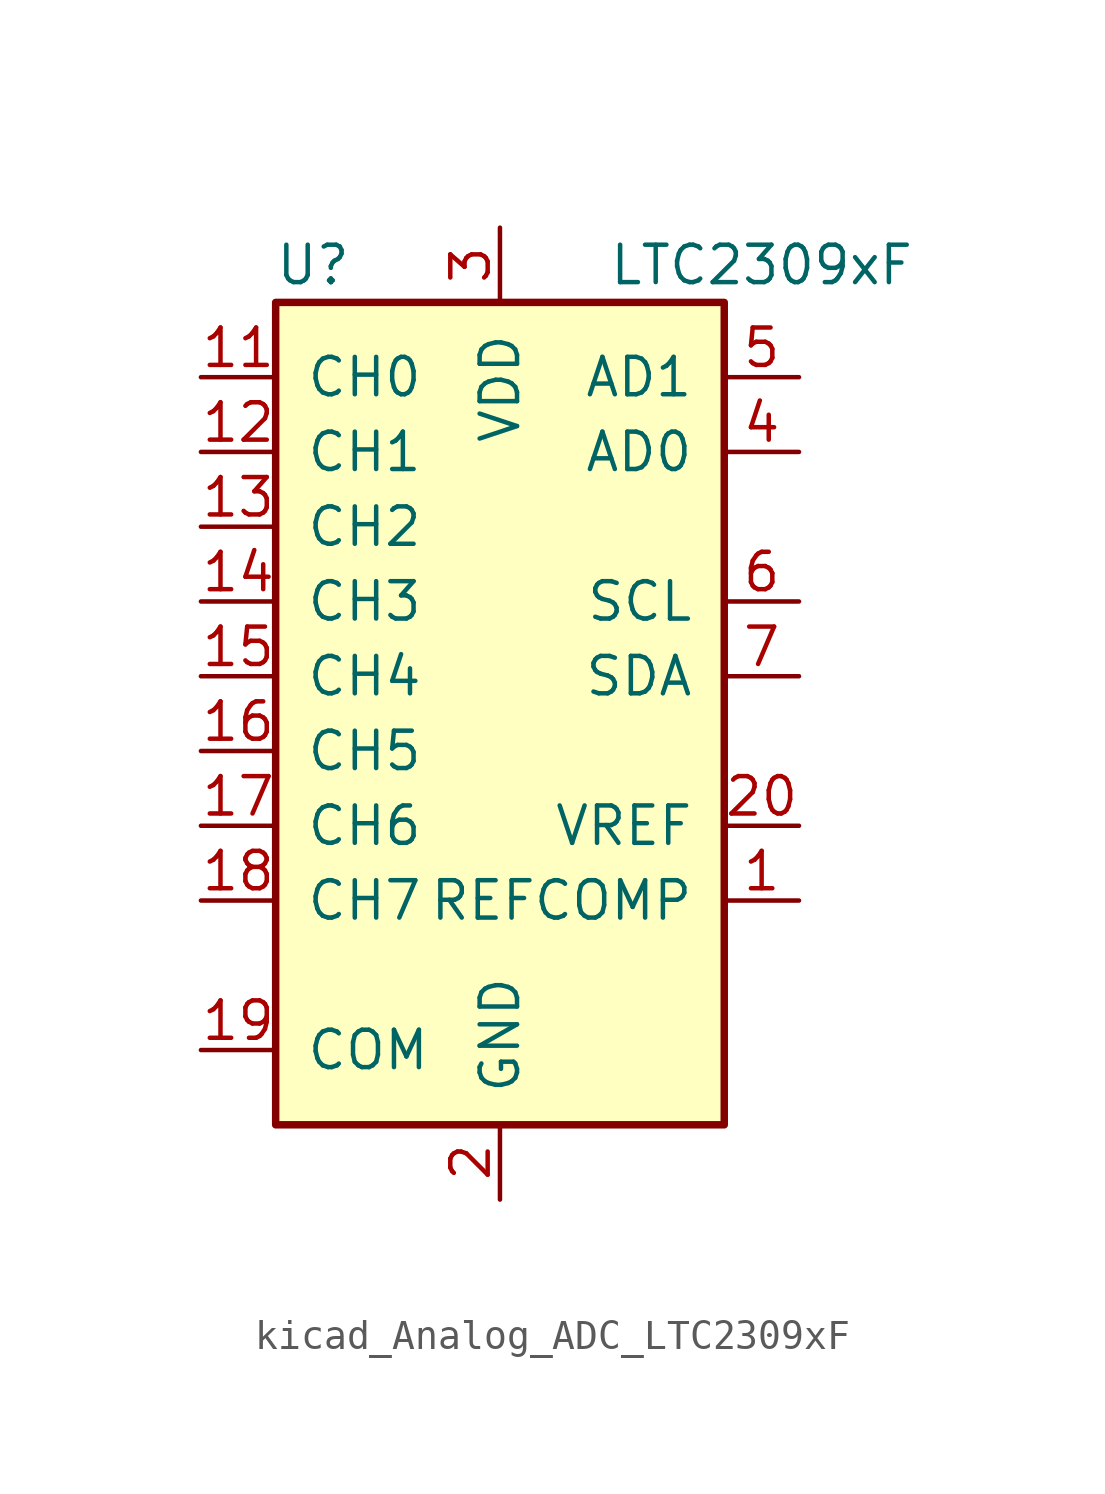
<source format=kicad_sym>
(kicad_symbol_lib
  (version 20220914)
  (generator kicad_symbol_editor)
  (symbol "kicad_Analog_ADC_LTC2309xF"
    (pin_names
      (offset 1.016))
    (property "Reference" "U"
      (at -6.35 13.97 0)
      (effects (font (size 1.27 1.27))))
    (property "Value" "LTC2309xF"
      (at 8.89 13.97 0)
      (effects (font (size 1.27 1.27))))
    (symbol "kicad_Analog_ADC_LTC2309xF_0_1"
      (rectangle (start -7.62 12.7) (end 7.62 -15.24) (stroke (width 0.254) (type default)) (fill (type background)))
      (pin input line (at -10.16 -2.54 0) (length 2.54) (name "CH5" (effects (font (size 1.27 1.27)))) (number "16" (effects (font (size 1.27 1.27))))))
    (symbol "kicad_Analog_ADC_LTC2309xF_1_1"
      (pin input line (at 10.16 -7.62 180) (length 2.54) (name "REFCOMP" (effects (font (size 1.27 1.27)))) (number "1" (effects (font (size 1.27 1.27)))))
      (pin passive line (at 0 15.24 270) (length 2.54) hide (name "VDD" (effects (font (size 1.27 1.27)))) (number "10" (effects (font (size 1.27 1.27)))))
      (pin input line (at -10.16 10.16 0) (length 2.54) (name "CH0" (effects (font (size 1.27 1.27)))) (number "11" (effects (font (size 1.27 1.27)))))
      (pin input line (at -10.16 7.62 0) (length 2.54) (name "CH1" (effects (font (size 1.27 1.27)))) (number "12" (effects (font (size 1.27 1.27)))))
      (pin input line (at -10.16 5.08 0) (length 2.54) (name "CH2" (effects (font (size 1.27 1.27)))) (number "13" (effects (font (size 1.27 1.27)))))
      (pin input line (at -10.16 2.54 0) (length 2.54) (name "CH3" (effects (font (size 1.27 1.27)))) (number "14" (effects (font (size 1.27 1.27)))))
      (pin input line (at -10.16 0 0) (length 2.54) (name "CH4" (effects (font (size 1.27 1.27)))) (number "15" (effects (font (size 1.27 1.27)))))
      (pin input line (at -10.16 -5.08 0) (length 2.54) (name "CH6" (effects (font (size 1.27 1.27)))) (number "17" (effects (font (size 1.27 1.27)))))
      (pin input line (at -10.16 -7.62 0) (length 2.54) (name "CH7" (effects (font (size 1.27 1.27)))) (number "18" (effects (font (size 1.27 1.27)))))
      (pin input line (at -10.16 -12.7 0) (length 2.54) (name "COM" (effects (font (size 1.27 1.27)))) (number "19" (effects (font (size 1.27 1.27)))))
      (pin power_in line (at 0 -17.78 90) (length 2.54) (name "GND" (effects (font (size 1.27 1.27)))) (number "2" (effects (font (size 1.27 1.27)))))
      (pin input line (at 10.16 -5.08 180) (length 2.54) (name "VREF" (effects (font (size 1.27 1.27)))) (number "20" (effects (font (size 1.27 1.27)))))
      (pin power_in line (at 0 15.24 270) (length 2.54) (name "VDD" (effects (font (size 1.27 1.27)))) (number "3" (effects (font (size 1.27 1.27)))))
      (pin input line (at 10.16 7.62 180) (length 2.54) (name "AD0" (effects (font (size 1.27 1.27)))) (number "4" (effects (font (size 1.27 1.27)))))
      (pin input line (at 10.16 10.16 180) (length 2.54) (name "AD1" (effects (font (size 1.27 1.27)))) (number "5" (effects (font (size 1.27 1.27)))))
      (pin input line (at 10.16 2.54 180) (length 2.54) (name "SCL" (effects (font (size 1.27 1.27)))) (number "6" (effects (font (size 1.27 1.27)))))
      (pin bidirectional line (at 10.16 0 180) (length 2.54) (name "SDA" (effects (font (size 1.27 1.27)))) (number "7" (effects (font (size 1.27 1.27)))))
      (pin passive line (at 0 -17.78 90) (length 2.54) hide (name "GND" (effects (font (size 1.27 1.27)))) (number "8" (effects (font (size 1.27 1.27)))))
      (pin passive line (at 0 -17.78 90) (length 2.54) hide (name "GND" (effects (font (size 1.27 1.27)))) (number "9" (effects (font (size 1.27 1.27))))))))
</source>
